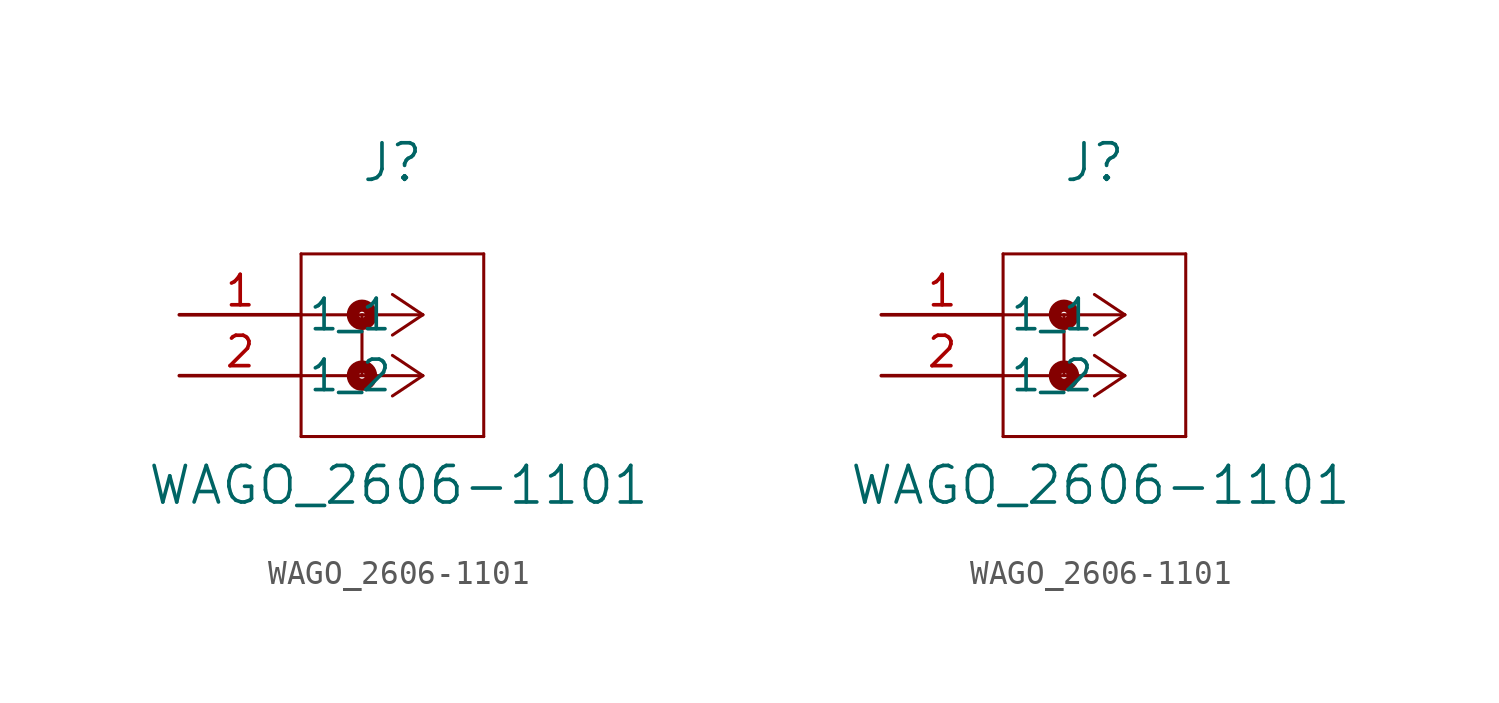
<source format=kicad_sym>
(kicad_symbol_lib
  (version 20231120)
  (generator "kicad_symbol_editor")
  (generator_version "8.0")
  (symbol "WAGO_2606-1101"
    (pin_names
      (offset 0.254))
    (property "Reference" "J"
      (at 8.89 6.35 0)
      (effects (font (size 1.524 1.524))))
    (property "Value" "WAGO_2606-1101"
      (at 9.144 -7.112 0)
      (effects (font (size 1.524 1.524))))
    (property "ki_locked" ""
      (at 0 0 0)
      (effects (font (size 1.27 1.27))))
    (symbol "WAGO_2606-1101_1_1"
      (polyline (pts (xy 5.08 -5.08) (xy 12.7 -5.08)) (stroke (width 0.127) (type default)) (fill (type none)))
      (polyline (pts (xy 5.08 2.54) (xy 5.08 -5.08)) (stroke (width 0.127) (type default)) (fill (type none)))
      (polyline (pts (xy 7.62 0) (xy 7.62 -2.54)) (stroke (width 0.127) (type default)) (fill (type none)))
      (polyline (pts (xy 10.16 -2.54) (xy 5.08 -2.54)) (stroke (width 0.127) (type default)) (fill (type none)))
      (polyline (pts (xy 10.16 -2.54) (xy 8.89 -3.387)) (stroke (width 0.127) (type default)) (fill (type none)))
      (polyline (pts (xy 10.16 -2.54) (xy 8.89 -1.693)) (stroke (width 0.127) (type default)) (fill (type none)))
      (polyline (pts (xy 10.16 0) (xy 5.08 0)) (stroke (width 0.127) (type default)) (fill (type none)))
      (polyline (pts (xy 10.16 0) (xy 8.89 -0.847)) (stroke (width 0.127) (type default)) (fill (type none)))
      (polyline (pts (xy 10.16 0) (xy 8.89 0.847)) (stroke (width 0.127) (type default)) (fill (type none)))
      (polyline (pts (xy 12.7 -5.08) (xy 12.7 2.54)) (stroke (width 0.127) (type default)) (fill (type none)))
      (polyline (pts (xy 12.7 2.54) (xy 5.08 2.54)) (stroke (width 0.127) (type default)) (fill (type none)))
      (circle (center 7.62 -2.54) (radius 0.127) (stroke (width 0.508) (type default)) (fill (type none)))
      (circle (center 7.62 0) (radius 0.127) (stroke (width 0.508) (type default)) (fill (type none)))
      (pin unspecified line (at 0 0 0) (length 5.08) (name "1_1" (effects (font (size 1.27 1.27)))) (number "1" (effects (font (size 1.27 1.27)))))
      (pin unspecified line (at 0 -2.54 0) (length 5.08) (name "1_2" (effects (font (size 1.27 1.27)))) (number "2" (effects (font (size 1.27 1.27))))))
    (symbol "WAGO_2606-1101_1_2"
      (polyline (pts (xy 5.08 -5.08) (xy 12.7 -5.08)) (stroke (width 0.127) (type default)) (fill (type none)))
      (polyline (pts (xy 5.08 2.54) (xy 5.08 -5.08)) (stroke (width 0.127) (type default)) (fill (type none)))
      (polyline (pts (xy 7.62 0) (xy 7.62 -2.54)) (stroke (width 0.127) (type default)) (fill (type none)))
      (polyline (pts (xy 10.16 -2.54) (xy 5.08 -2.54)) (stroke (width 0.127) (type default)) (fill (type none)))
      (polyline (pts (xy 10.16 -2.54) (xy 8.89 -3.387)) (stroke (width 0.127) (type default)) (fill (type none)))
      (polyline (pts (xy 10.16 -2.54) (xy 8.89 -1.693)) (stroke (width 0.127) (type default)) (fill (type none)))
      (polyline (pts (xy 10.16 0) (xy 5.08 0)) (stroke (width 0.127) (type default)) (fill (type none)))
      (polyline (pts (xy 10.16 0) (xy 8.89 -0.847)) (stroke (width 0.127) (type default)) (fill (type none)))
      (polyline (pts (xy 10.16 0) (xy 8.89 0.847)) (stroke (width 0.127) (type default)) (fill (type none)))
      (polyline (pts (xy 12.7 -5.08) (xy 12.7 2.54)) (stroke (width 0.127) (type default)) (fill (type none)))
      (polyline (pts (xy 12.7 2.54) (xy 5.08 2.54)) (stroke (width 0.127) (type default)) (fill (type none)))
      (circle (center 7.62 -2.54) (radius 0.127) (stroke (width 0.508) (type default)) (fill (type none)))
      (circle (center 7.62 0) (radius 0.127) (stroke (width 0.508) (type default)) (fill (type none)))
      (pin unspecified line (at 0 0 0) (length 5.08) (name "1_1" (effects (font (size 1.27 1.27)))) (number "1" (effects (font (size 1.27 1.27)))))
      (pin unspecified line (at 0 -2.54 0) (length 5.08) (name "1_2" (effects (font (size 1.27 1.27)))) (number "2" (effects (font (size 1.27 1.27))))))))
</source>
